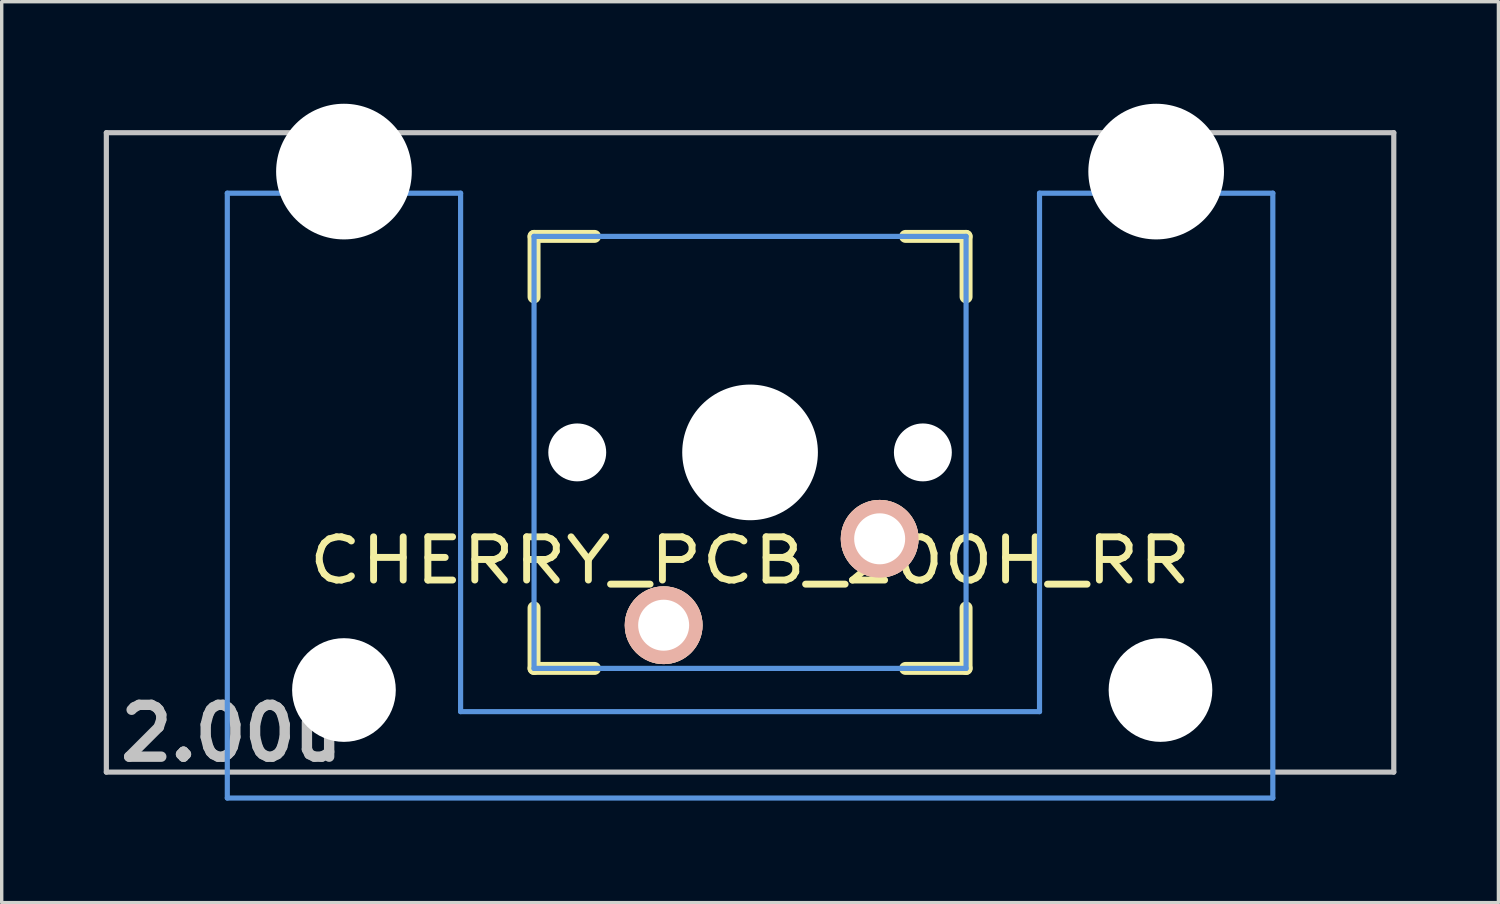
<source format=kicad_pcb>
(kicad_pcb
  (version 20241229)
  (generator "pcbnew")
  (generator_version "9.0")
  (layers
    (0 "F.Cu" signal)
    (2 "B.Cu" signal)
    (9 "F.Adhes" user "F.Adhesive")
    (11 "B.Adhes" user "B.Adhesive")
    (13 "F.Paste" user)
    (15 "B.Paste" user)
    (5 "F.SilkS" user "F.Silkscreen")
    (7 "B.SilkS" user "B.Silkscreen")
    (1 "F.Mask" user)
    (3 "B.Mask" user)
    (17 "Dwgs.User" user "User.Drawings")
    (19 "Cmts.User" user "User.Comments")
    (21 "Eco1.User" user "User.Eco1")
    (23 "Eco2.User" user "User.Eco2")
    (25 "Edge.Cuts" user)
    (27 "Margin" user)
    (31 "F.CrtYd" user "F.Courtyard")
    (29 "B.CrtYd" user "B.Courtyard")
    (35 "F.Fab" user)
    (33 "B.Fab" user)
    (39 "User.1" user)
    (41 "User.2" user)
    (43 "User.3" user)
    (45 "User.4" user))
  (footprint "CHERRY_PCB_200H_RR"
    (layer "F.Cu")
    (at 18.999 10.249)
    (property "Reference" "CHERRY_PCB_200H_RR" (at 0 3.175 0) (layer "F.SilkS") (effects (font (size 1.27 1.524) (thickness 0.203))))
    (attr through_hole)
    (fp_line (start -6.35 -6.35) (end -4.572 -6.35) (stroke (width 0.381) (type solid)) (layer "F.SilkS"))
    (fp_line (start -6.35 -4.572) (end -6.35 -6.35) (stroke (width 0.381) (type solid)) (layer "F.SilkS"))
    (fp_line (start -6.35 6.35) (end -6.35 4.572) (stroke (width 0.381) (type solid)) (layer "F.SilkS"))
    (fp_line (start -4.572 6.35) (end -6.35 6.35) (stroke (width 0.381) (type solid)) (layer "F.SilkS"))
    (fp_line (start 4.572 -6.35) (end 6.35 -6.35) (stroke (width 0.381) (type solid)) (layer "F.SilkS"))
    (fp_line (start 6.35 -6.35) (end 6.35 -4.572) (stroke (width 0.381) (type solid)) (layer "F.SilkS"))
    (fp_line (start 6.35 4.572) (end 6.35 6.35) (stroke (width 0.381) (type solid)) (layer "F.SilkS"))
    (fp_line (start 6.35 6.35) (end 4.572 6.35) (stroke (width 0.381) (type solid)) (layer "F.SilkS"))
    (fp_line (start -18.923 -9.398) (end 18.923 -9.398) (stroke (width 0.152) (type solid)) (layer "Dwgs.User"))
    (fp_line (start -18.923 9.398) (end -18.923 -9.398) (stroke (width 0.152) (type solid)) (layer "Dwgs.User"))
    (fp_line (start 18.923 -9.398) (end 18.923 9.398) (stroke (width 0.152) (type solid)) (layer "Dwgs.User"))
    (fp_line (start 18.923 9.398) (end -18.923 9.398) (stroke (width 0.152) (type solid)) (layer "Dwgs.User"))
    (fp_line (start -15.367 -7.62) (end -15.367 10.16) (stroke (width 0.152) (type solid)) (layer "Cmts.User"))
    (fp_line (start -15.367 10.16) (end 15.367 10.16) (stroke (width 0.152) (type solid)) (layer "Cmts.User"))
    (fp_line (start -8.509 -7.62) (end -15.367 -7.62) (stroke (width 0.152) (type solid)) (layer "Cmts.User"))
    (fp_line (start -8.509 7.62) (end -8.509 -7.62) (stroke (width 0.152) (type solid)) (layer "Cmts.User"))
    (fp_line (start -6.35 -6.35) (end 6.35 -6.35) (stroke (width 0.152) (type solid)) (layer "Cmts.User"))
    (fp_line (start -6.35 6.35) (end -6.35 -6.35) (stroke (width 0.152) (type solid)) (layer "Cmts.User"))
    (fp_line (start 6.35 -6.35) (end 6.35 6.35) (stroke (width 0.152) (type solid)) (layer "Cmts.User"))
    (fp_line (start 6.35 6.35) (end -6.35 6.35) (stroke (width 0.152) (type solid)) (layer "Cmts.User"))
    (fp_line (start 8.509 -7.62) (end 8.509 7.62) (stroke (width 0.152) (type solid)) (layer "Cmts.User"))
    (fp_line (start 8.509 7.62) (end -8.509 7.62) (stroke (width 0.152) (type solid)) (layer "Cmts.User"))
    (fp_line (start 15.367 -7.62) (end 8.509 -7.62) (stroke (width 0.152) (type solid)) (layer "Cmts.User"))
    (fp_line (start 15.367 10.16) (end 15.367 -7.62) (stroke (width 0.152) (type solid)) (layer "Cmts.User"))
    (fp_line (start -16.129 -2.286) (end -15.265 -2.286) (stroke (width 0.152) (type solid)) (layer "Eco2.User"))
    (fp_line (start -16.129 0.508) (end -16.129 -2.286) (stroke (width 0.152) (type solid)) (layer "Eco2.User"))
    (fp_line (start -15.265 -5.69) (end -8.611 -5.69) (stroke (width 0.152) (type solid)) (layer "Eco2.User"))
    (fp_line (start -15.265 -2.286) (end -15.265 -5.69) (stroke (width 0.152) (type solid)) (layer "Eco2.User"))
    (fp_line (start -15.265 0.508) (end -16.129 0.508) (stroke (width 0.152) (type solid)) (layer "Eco2.User"))
    (fp_line (start -15.265 6.604) (end -15.265 0.508) (stroke (width 0.152) (type solid)) (layer "Eco2.User"))
    (fp_line (start -14.224 6.604) (end -15.265 6.604) (stroke (width 0.152) (type solid)) (layer "Eco2.User"))
    (fp_line (start -14.224 7.772) (end -14.224 6.604) (stroke (width 0.152) (type solid)) (layer "Eco2.User"))
    (fp_line (start -9.652 6.604) (end -9.652 7.772) (stroke (width 0.152) (type solid)) (layer "Eco2.User"))
    (fp_line (start -9.652 7.772) (end -14.224 7.772) (stroke (width 0.152) (type solid)) (layer "Eco2.User"))
    (fp_line (start -8.611 -5.69) (end -8.611 -4.877) (stroke (width 0.152) (type solid)) (layer "Eco2.User"))
    (fp_line (start -8.611 -4.877) (end -6.985 -4.877) (stroke (width 0.152) (type solid)) (layer "Eco2.User"))
    (fp_line (start -8.611 5.817) (end -8.611 6.604) (stroke (width 0.152) (type solid)) (layer "Eco2.User"))
    (fp_line (start -8.611 6.604) (end -9.652 6.604) (stroke (width 0.152) (type solid)) (layer "Eco2.User"))
    (fp_line (start -6.985 -6.985) (end 6.985 -6.985) (stroke (width 0.152) (type solid)) (layer "Eco2.User"))
    (fp_line (start -6.985 -4.877) (end -6.985 -6.985) (stroke (width 0.152) (type solid)) (layer "Eco2.User"))
    (fp_line (start -6.985 5.817) (end -8.611 5.817) (stroke (width 0.152) (type solid)) (layer "Eco2.User"))
    (fp_line (start -6.985 6.985) (end -6.985 5.817) (stroke (width 0.152) (type solid)) (layer "Eco2.User"))
    (fp_line (start 6.985 -6.985) (end 6.985 -4.877) (stroke (width 0.152) (type solid)) (layer "Eco2.User"))
    (fp_line (start 6.985 -4.877) (end 8.611 -4.877) (stroke (width 0.152) (type solid)) (layer "Eco2.User"))
    (fp_line (start 6.985 5.817) (end 6.985 6.985) (stroke (width 0.152) (type solid)) (layer "Eco2.User"))
    (fp_line (start 6.985 6.985) (end -6.985 6.985) (stroke (width 0.152) (type solid)) (layer "Eco2.User"))
    (fp_line (start 8.611 -5.69) (end 15.265 -5.69) (stroke (width 0.152) (type solid)) (layer "Eco2.User"))
    (fp_line (start 8.611 -4.877) (end 8.611 -5.69) (stroke (width 0.152) (type solid)) (layer "Eco2.User"))
    (fp_line (start 8.611 5.817) (end 6.985 5.817) (stroke (width 0.152) (type solid)) (layer "Eco2.User"))
    (fp_line (start 8.611 6.604) (end 8.611 5.817) (stroke (width 0.152) (type solid)) (layer "Eco2.User"))
    (fp_line (start 9.652 6.604) (end 8.611 6.604) (stroke (width 0.152) (type solid)) (layer "Eco2.User"))
    (fp_line (start 9.652 7.772) (end 9.652 6.604) (stroke (width 0.152) (type solid)) (layer "Eco2.User"))
    (fp_line (start 14.224 6.604) (end 14.224 7.772) (stroke (width 0.152) (type solid)) (layer "Eco2.User"))
    (fp_line (start 14.224 7.772) (end 9.652 7.772) (stroke (width 0.152) (type solid)) (layer "Eco2.User"))
    (fp_line (start 15.265 -5.69) (end 15.265 -2.286) (stroke (width 0.152) (type solid)) (layer "Eco2.User"))
    (fp_line (start 15.265 -2.286) (end 16.129 -2.286) (stroke (width 0.152) (type solid)) (layer "Eco2.User"))
    (fp_line (start 15.265 0.508) (end 15.265 6.604) (stroke (width 0.152) (type solid)) (layer "Eco2.User"))
    (fp_line (start 15.265 6.604) (end 14.224 6.604) (stroke (width 0.152) (type solid)) (layer "Eco2.User"))
    (fp_line (start 16.129 -2.286) (end 16.129 0.508) (stroke (width 0.152) (type solid)) (layer "Eco2.User"))
    (fp_line (start 16.129 0.508) (end 15.265 0.508) (stroke (width 0.152) (type solid)) (layer "Eco2.User"))
    (fp_text user "2.00u" (at -15.24 8.255 0) (layer "Dwgs.User") (effects (font (size 1.524 1.524) (thickness 0.305))))
    (pad "" np_thru_hole circle (at -11.938 -8.255) (size 3.988 3.988) (drill 3.988) (layers "*.Cu"))
    (pad "" np_thru_hole circle (at -11.938 6.985) (size 3.048 3.048) (drill 3.048) (layers "*.Cu"))
    (pad "" np_thru_hole circle (at -5.08 0) (size 1.702 1.702) (drill 1.702) (layers "*.Cu"))
    (pad "" np_thru_hole circle (at 0 0) (size 3.988 3.988) (drill 3.988) (layers "*.Cu"))
    (pad "" np_thru_hole circle (at 5.08 0) (size 1.702 1.702) (drill 1.702) (layers "*.Cu"))
    (pad "" np_thru_hole circle (at 11.938 -8.255) (size 3.988 3.988) (drill 3.988) (layers "*.Cu"))
    (pad "" np_thru_hole circle (at 12.065 6.985) (size 3.048 3.048) (drill 3.048) (layers "*.Cu"))
    (pad "1" thru_hole circle (at -2.54 5.08) (size 2.286 2.286) (drill 1.499) (layers "*.Cu" "*.SilkS" "*.Mask"))
    (pad "2" thru_hole circle (at 3.81 2.54) (size 2.286 2.286) (drill 1.499) (layers "*.Cu" "*.SilkS" "*.Mask")))
  (gr_rect
    (start -3 -3)
    (end 40.998 23.485)
    (stroke (width 0.1) (type default))
    (fill no)
    (layer "Edge.Cuts")))
</source>
